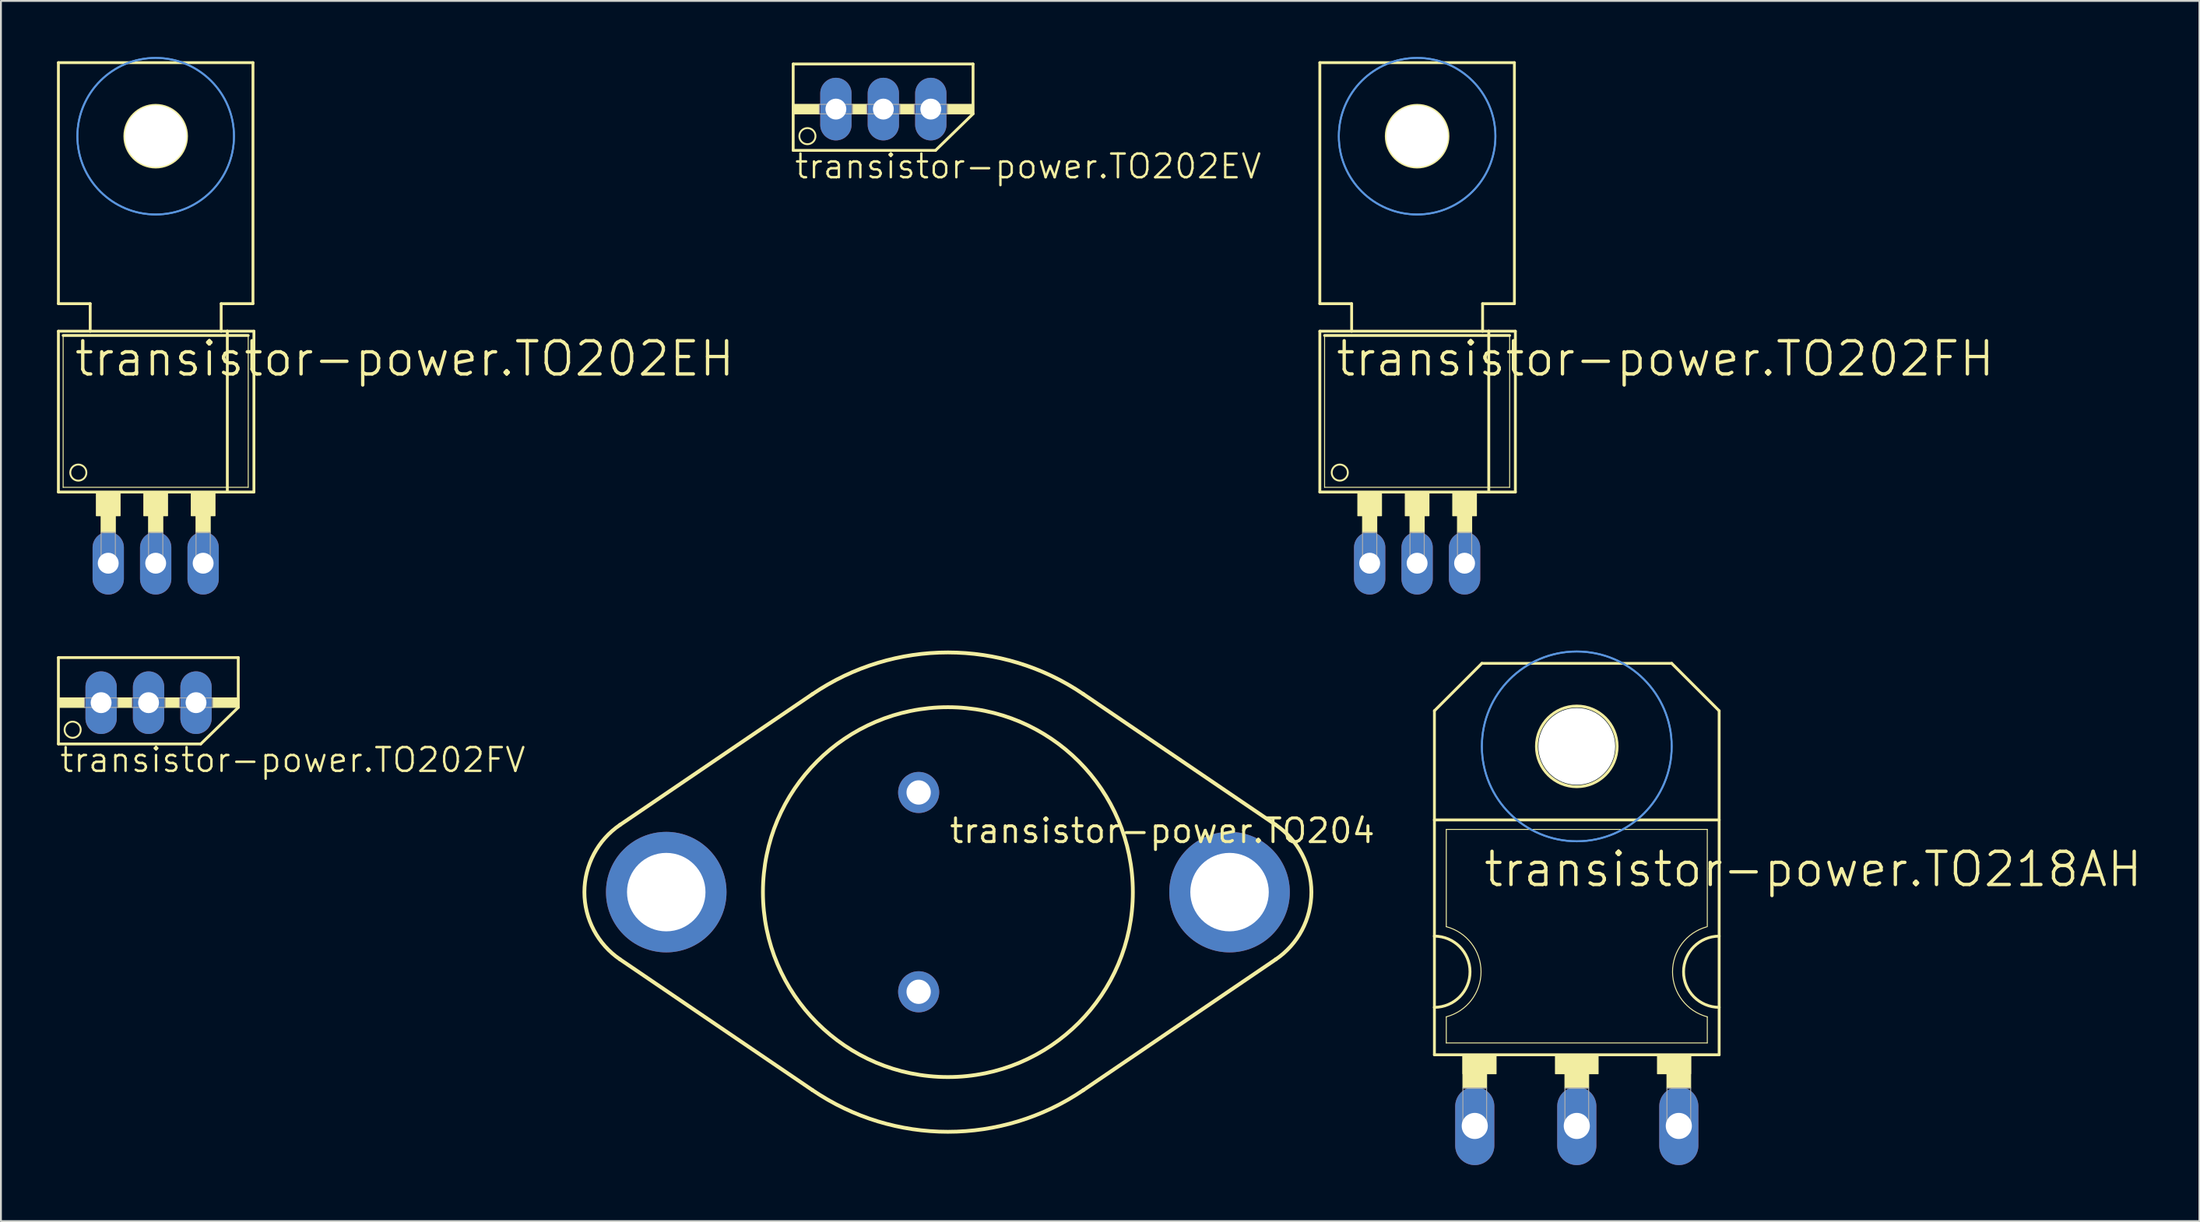
<source format=kicad_pcb>
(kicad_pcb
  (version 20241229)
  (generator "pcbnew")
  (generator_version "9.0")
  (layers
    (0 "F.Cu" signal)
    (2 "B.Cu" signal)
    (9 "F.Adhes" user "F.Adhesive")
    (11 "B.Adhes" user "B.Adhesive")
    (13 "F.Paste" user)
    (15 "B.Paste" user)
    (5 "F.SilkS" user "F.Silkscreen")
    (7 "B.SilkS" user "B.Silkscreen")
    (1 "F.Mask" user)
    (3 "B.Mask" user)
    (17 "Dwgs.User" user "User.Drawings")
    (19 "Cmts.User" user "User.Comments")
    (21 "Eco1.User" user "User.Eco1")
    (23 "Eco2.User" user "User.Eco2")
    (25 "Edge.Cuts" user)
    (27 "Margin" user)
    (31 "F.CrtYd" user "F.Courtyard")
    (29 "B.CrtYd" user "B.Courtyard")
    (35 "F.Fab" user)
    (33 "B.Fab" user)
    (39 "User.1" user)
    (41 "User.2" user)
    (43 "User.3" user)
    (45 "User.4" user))
  (footprint "transistor-power.TO202FV"
    (layer "F.Cu")
    (at 4.902 32.027)
    (property "Reference" "transistor-power.TO202FV" (at -4.826 6.35 0) (layer "F.SilkS") (effects (font (size 1.27 1.27) (thickness 0.13)) (justify left bottom)))
    (attr through_hole)
    (fp_line (start -4.826 0.127) (end 4.801 0.127) (stroke (width 0.152) (type default)) (layer "F.SilkS"))
    (fp_line (start -4.826 4.75) (end -4.826 0.127) (stroke (width 0.152) (type default)) (layer "F.SilkS"))
    (fp_line (start -4.826 4.75) (end 2.794 4.75) (stroke (width 0.152) (type default)) (layer "F.SilkS"))
    (fp_line (start 2.794 4.75) (end 4.801 2.794) (stroke (width 0.152) (type default)) (layer "F.SilkS"))
    (fp_line (start 4.801 0.127) (end 4.801 2.794) (stroke (width 0.152) (type default)) (layer "F.SilkS"))
    (fp_rect (start -4.826 2.794) (end -3.429 2.286) (stroke (width 0.05) (type default)) (fill yes) (layer "F.SilkS"))
    (fp_rect (start -1.651 2.794) (end -0.889 2.286) (stroke (width 0.05) (type default)) (fill yes) (layer "F.SilkS"))
    (fp_rect (start 0.889 2.794) (end 1.651 2.286) (stroke (width 0.05) (type default)) (fill yes) (layer "F.SilkS"))
    (fp_rect (start 3.429 2.794) (end 4.826 2.286) (stroke (width 0.05) (type default)) (fill yes) (layer "F.SilkS"))
    (fp_circle (center -4.064 3.988) (end -3.632 3.988) (stroke (width 0.1) (type default)) (fill no) (layer "F.SilkS"))
    (fp_rect (start -3.429 2.794) (end -1.651 2.286) (stroke (width 0.05) (type default)) (fill no) (layer "F.Fab"))
    (fp_rect (start -0.889 2.794) (end 0.889 2.286) (stroke (width 0.05) (type default)) (fill no) (layer "F.Fab"))
    (fp_rect (start 1.651 2.794) (end 3.429 2.286) (stroke (width 0.05) (type default)) (fill no) (layer "F.Fab"))
    (pad "D" thru_hole oval (at 0 2.54 90) (size 3.353 1.676) (drill 1.118) (layers "*.Cu" "*.Mask"))
    (pad "G" thru_hole oval (at -2.54 2.54 90) (size 3.353 1.676) (drill 1.118) (layers "*.Cu" "*.Mask"))
    (pad "S" thru_hole oval (at 2.54 2.54 90) (size 3.353 1.676) (drill 1.118) (layers "*.Cu" "*.Mask")))
  (footprint "transistor-power.TO202EH"
    (layer "F.Cu")
    (at 5.283 22.021)
    (property "Reference" "transistor-power.TO202EH" (at -4.445 -4.826 0) (layer "F.SilkS") (effects (font (size 1.778 1.778) (thickness 0.18)) (justify left bottom)))
    (attr through_hole)
    (fp_line (start -5.207 -21.717) (end -5.207 -8.814) (stroke (width 0.152) (type default)) (layer "F.SilkS"))
    (fp_line (start -5.207 -7.341) (end -3.505 -7.341) (stroke (width 0.152) (type default)) (layer "F.SilkS"))
    (fp_line (start -5.207 1.27) (end -5.207 -7.341) (stroke (width 0.152) (type default)) (layer "F.SilkS"))
    (fp_line (start -5.207 1.27) (end 3.835 1.27) (stroke (width 0.152) (type default)) (layer "F.SilkS"))
    (fp_line (start -4.953 1.016) (end -4.953 -7.112) (stroke (width 0.051) (type default)) (layer "F.SilkS"))
    (fp_line (start -4.953 1.016) (end 4.953 1.016) (stroke (width 0.051) (type default)) (layer "F.SilkS"))
    (fp_line (start -3.505 -8.814) (end -5.207 -8.814) (stroke (width 0.152) (type default)) (layer "F.SilkS"))
    (fp_line (start -3.505 -7.341) (end -3.505 -8.814) (stroke (width 0.152) (type default)) (layer "F.SilkS"))
    (fp_line (start -3.505 -7.341) (end 3.505 -7.341) (stroke (width 0.152) (type default)) (layer "F.SilkS"))
    (fp_line (start 3.505 -8.814) (end 3.505 -7.341) (stroke (width 0.152) (type default)) (layer "F.SilkS"))
    (fp_line (start 3.505 -7.341) (end 3.835 -7.341) (stroke (width 0.152) (type default)) (layer "F.SilkS"))
    (fp_line (start 3.835 -7.341) (end 5.258 -7.341) (stroke (width 0.152) (type default)) (layer "F.SilkS"))
    (fp_line (start 3.835 1.27) (end 3.835 -7.341) (stroke (width 0.152) (type default)) (layer "F.SilkS"))
    (fp_line (start 3.835 1.27) (end 5.258 1.27) (stroke (width 0.152) (type default)) (layer "F.SilkS"))
    (fp_line (start 4.953 -7.112) (end -4.953 -7.112) (stroke (width 0.152) (type default)) (layer "F.SilkS"))
    (fp_line (start 4.953 -7.112) (end 4.953 1.016) (stroke (width 0.051) (type default)) (layer "F.SilkS"))
    (fp_line (start 5.207 -21.717) (end -5.207 -21.717) (stroke (width 0.152) (type default)) (layer "F.SilkS"))
    (fp_line (start 5.207 -21.717) (end 5.207 -8.814) (stroke (width 0.152) (type default)) (layer "F.SilkS"))
    (fp_line (start 5.207 -8.814) (end 3.505 -8.814) (stroke (width 0.152) (type default)) (layer "F.SilkS"))
    (fp_line (start 5.258 1.27) (end 5.258 -7.341) (stroke (width 0.152) (type default)) (layer "F.SilkS"))
    (fp_rect (start -3.175 2.54) (end -1.905 1.27) (stroke (width 0.05) (type default)) (fill yes) (layer "F.SilkS"))
    (fp_rect (start -2.921 3.429) (end -2.159 2.54) (stroke (width 0.05) (type default)) (fill yes) (layer "F.SilkS"))
    (fp_rect (start -0.635 2.54) (end 0.635 1.27) (stroke (width 0.05) (type default)) (fill yes) (layer "F.SilkS"))
    (fp_rect (start -0.381 3.429) (end 0.381 2.54) (stroke (width 0.05) (type default)) (fill yes) (layer "F.SilkS"))
    (fp_rect (start 1.905 2.54) (end 3.175 1.27) (stroke (width 0.05) (type default)) (fill yes) (layer "F.SilkS"))
    (fp_rect (start 2.159 3.429) (end 2.921 2.54) (stroke (width 0.05) (type default)) (fill yes) (layer "F.SilkS"))
    (fp_circle (center -4.14 0.229) (end -3.708 0.229) (stroke (width 0.1) (type default)) (fill no) (layer "F.SilkS"))
    (fp_circle (center 0 -17.78) (end 1.651 -17.78) (stroke (width 0.152) (type default)) (fill no) (layer "F.SilkS"))
    (fp_circle (center 0 -17.78) (end 4.191 -17.78) (stroke (width 0.1) (type default)) (fill no) (layer "Cmts.User"))
    (fp_circle (center 0 -17.78) (end 4.191 -17.78) (stroke (width 0.1) (type default)) (fill no) (layer "Cmts.User"))
    (fp_rect (start -2.921 5.207) (end -2.159 3.429) (stroke (width 0.05) (type default)) (fill no) (layer "F.Fab"))
    (fp_rect (start -0.381 5.207) (end 0.381 3.429) (stroke (width 0.05) (type default)) (fill no) (layer "F.Fab"))
    (fp_rect (start 2.159 5.207) (end 2.921 3.429) (stroke (width 0.05) (type default)) (fill no) (layer "F.Fab"))
    (pad "" np_thru_hole circle (at 0 -17.78) (size 3.302 3.302) (drill 3.302) (layers "*.Cu" "*.Mask"))
    (pad "D" thru_hole oval (at 0 5.08 90) (size 3.353 1.676) (drill 1.118) (layers "*.Cu" "*.Mask"))
    (pad "G" thru_hole oval (at 2.54 5.08 90) (size 3.353 1.676) (drill 1.118) (layers "*.Cu" "*.Mask"))
    (pad "S" thru_hole oval (at -2.54 5.08 90) (size 3.353 1.676) (drill 1.118) (layers "*.Cu" "*.Mask")))
  (footprint "transistor-power.TO202EV"
    (layer "F.Cu")
    (at 44.231 0.25)
    (property "Reference" "transistor-power.TO202EV" (at -4.826 6.35 0) (layer "F.SilkS") (effects (font (size 1.27 1.27) (thickness 0.13)) (justify left bottom)))
    (attr through_hole)
    (fp_line (start -4.826 0.127) (end 4.801 0.127) (stroke (width 0.152) (type default)) (layer "F.SilkS"))
    (fp_line (start -4.826 4.75) (end -4.826 0.127) (stroke (width 0.152) (type default)) (layer "F.SilkS"))
    (fp_line (start -4.826 4.75) (end 2.794 4.75) (stroke (width 0.152) (type default)) (layer "F.SilkS"))
    (fp_line (start 2.794 4.75) (end 4.801 2.794) (stroke (width 0.152) (type default)) (layer "F.SilkS"))
    (fp_line (start 4.801 0.127) (end 4.801 2.794) (stroke (width 0.152) (type default)) (layer "F.SilkS"))
    (fp_rect (start -4.826 2.794) (end -3.429 2.286) (stroke (width 0.05) (type default)) (fill yes) (layer "F.SilkS"))
    (fp_rect (start -1.651 2.794) (end -0.889 2.286) (stroke (width 0.05) (type default)) (fill yes) (layer "F.SilkS"))
    (fp_rect (start 0.889 2.794) (end 1.651 2.286) (stroke (width 0.05) (type default)) (fill yes) (layer "F.SilkS"))
    (fp_rect (start 3.429 2.794) (end 4.826 2.286) (stroke (width 0.05) (type default)) (fill yes) (layer "F.SilkS"))
    (fp_circle (center -4.064 3.988) (end -3.632 3.988) (stroke (width 0.1) (type default)) (fill no) (layer "F.SilkS"))
    (fp_rect (start -3.429 2.794) (end -1.651 2.286) (stroke (width 0.05) (type default)) (fill no) (layer "F.Fab"))
    (fp_rect (start -0.889 2.794) (end 0.889 2.286) (stroke (width 0.05) (type default)) (fill no) (layer "F.Fab"))
    (fp_rect (start 1.651 2.794) (end 3.429 2.286) (stroke (width 0.05) (type default)) (fill no) (layer "F.Fab"))
    (pad "D" thru_hole oval (at 0 2.54 90) (size 3.353 1.676) (drill 1.118) (layers "*.Cu" "*.Mask"))
    (pad "G" thru_hole oval (at 2.54 2.54 90) (size 3.353 1.676) (drill 1.118) (layers "*.Cu" "*.Mask"))
    (pad "S" thru_hole oval (at -2.54 2.54 90) (size 3.353 1.676) (drill 1.118) (layers "*.Cu" "*.Mask")))
  (footprint "transistor-power.TO218AH"
    (layer "F.Cu")
    (at 81.347 47.067)
    (property "Reference" "transistor-power.TO218AH" (at -5.08 -2.54 0) (layer "F.SilkS") (effects (font (size 1.778 1.778) (thickness 0.18)) (justify left bottom)))
    (attr through_hole)
    (fp_line (start -7.62 -12.065) (end -7.62 -6.223) (stroke (width 0.152) (type default)) (layer "F.SilkS"))
    (fp_line (start -7.62 -12.065) (end -5.08 -14.605) (stroke (width 0.152) (type default)) (layer "F.SilkS"))
    (fp_line (start -7.62 0) (end -7.62 -6.223) (stroke (width 0.152) (type default)) (layer "F.SilkS"))
    (fp_line (start -7.62 3.81) (end -7.62 0) (stroke (width 0.152) (type default)) (layer "F.SilkS"))
    (fp_line (start -7.62 6.35) (end -7.62 3.81) (stroke (width 0.152) (type default)) (layer "F.SilkS"))
    (fp_line (start -7.62 6.35) (end 7.62 6.35) (stroke (width 0.152) (type default)) (layer "F.SilkS"))
    (fp_line (start -6.985 -0.508) (end -6.985 -5.715) (stroke (width 0.051) (type default)) (layer "F.SilkS"))
    (fp_line (start -6.985 5.715) (end -6.985 4.318) (stroke (width 0.051) (type default)) (layer "F.SilkS"))
    (fp_line (start -6.985 5.715) (end 6.985 5.715) (stroke (width 0.051) (type default)) (layer "F.SilkS"))
    (fp_line (start 5.08 -14.605) (end -5.08 -14.605) (stroke (width 0.152) (type default)) (layer "F.SilkS"))
    (fp_line (start 6.985 -5.715) (end -6.985 -5.715) (stroke (width 0.051) (type default)) (layer "F.SilkS"))
    (fp_line (start 6.985 -0.508) (end 6.985 -5.715) (stroke (width 0.051) (type default)) (layer "F.SilkS"))
    (fp_line (start 6.985 5.715) (end 6.985 4.318) (stroke (width 0.051) (type default)) (layer "F.SilkS"))
    (fp_line (start 7.62 -12.065) (end 5.08 -14.605) (stroke (width 0.152) (type default)) (layer "F.SilkS"))
    (fp_line (start 7.62 -12.065) (end 7.62 -6.223) (stroke (width 0.152) (type default)) (layer "F.SilkS"))
    (fp_line (start 7.62 -6.223) (end -7.62 -6.223) (stroke (width 0.152) (type default)) (layer "F.SilkS"))
    (fp_line (start 7.62 -6.223) (end 7.62 0) (stroke (width 0.152) (type default)) (layer "F.SilkS"))
    (fp_line (start 7.62 0) (end 7.62 3.81) (stroke (width 0.152) (type default)) (layer "F.SilkS"))
    (fp_line (start 7.62 3.81) (end 7.62 6.35) (stroke (width 0.152) (type default)) (layer "F.SilkS"))
    (fp_rect (start -6.096 7.366) (end -4.318 6.35) (stroke (width 0.05) (type default)) (fill yes) (layer "F.SilkS"))
    (fp_rect (start -6.096 8.128) (end -4.826 6.35) (stroke (width 0.05) (type default)) (fill yes) (layer "F.SilkS"))
    (fp_rect (start -1.143 7.366) (end 1.143 6.35) (stroke (width 0.05) (type default)) (fill yes) (layer "F.SilkS"))
    (fp_rect (start -0.635 8.128) (end 0.635 6.35) (stroke (width 0.05) (type default)) (fill yes) (layer "F.SilkS"))
    (fp_rect (start 4.318 7.366) (end 6.096 6.35) (stroke (width 0.05) (type default)) (fill yes) (layer "F.SilkS"))
    (fp_rect (start 4.826 8.128) (end 6.096 6.35) (stroke (width 0.05) (type default)) (fill yes) (layer "F.SilkS"))
    (fp_arc (start -7.62 0) (mid -5.715 1.905) (end -7.62 3.81) (stroke (width 0.1524) (type default)) (layer "F.SilkS"))
    (fp_arc (start -6.985 -0.508) (mid -5.124844 1.905) (end -6.985 4.318) (stroke (width 0.0508) (type default)) (layer "F.SilkS"))
    (fp_arc (start 6.9851 4.3178) (mid 5.125035 1.921942) (end 6.9522 -0.4991) (stroke (width 0.0508) (type default)) (layer "F.SilkS"))
    (fp_arc (start 7.62 3.81) (mid 5.715 1.905) (end 7.62 0) (stroke (width 0.1524) (type default)) (layer "F.SilkS"))
    (fp_circle (center 0 -10.16) (end 2.159 -10.16) (stroke (width 0.152) (type default)) (fill no) (layer "F.SilkS"))
    (fp_circle (center 0 -10.16) (end 5.08 -10.16) (stroke (width 0.1) (type default)) (fill no) (layer "Cmts.User"))
    (fp_circle (center 0 -10.16) (end 5.08 -10.16) (stroke (width 0.1) (type default)) (fill no) (layer "Cmts.User"))
    (fp_rect (start -6.096 10.287) (end -4.826 8.128) (stroke (width 0.05) (type default)) (fill no) (layer "F.Fab"))
    (fp_rect (start -0.635 10.287) (end 0.635 8.128) (stroke (width 0.05) (type default)) (fill no) (layer "F.Fab"))
    (fp_rect (start 4.826 10.287) (end 6.096 8.128) (stroke (width 0.05) (type default)) (fill no) (layer "F.Fab"))
    (pad "" np_thru_hole circle (at 0 -10.16) (size 4.115 4.115) (drill 4.115) (layers "*.Cu" "*.Mask"))
    (pad "B" thru_hole oval (at -5.461 10.16 90) (size 4.191 2.095) (drill 1.397) (layers "*.Cu" "*.Mask"))
    (pad "C" thru_hole oval (at 0 10.16 90) (size 4.191 2.095) (drill 1.397) (layers "*.Cu" "*.Mask"))
    (pad "E" thru_hole oval (at 5.461 10.16 90) (size 4.191 2.095) (drill 1.397) (layers "*.Cu" "*.Mask")))
  (footprint "transistor-power.TO202FH"
    (layer "F.Cu")
    (at 72.801 22.021)
    (property "Reference" "transistor-power.TO202FH" (at -4.445 -4.826 0) (layer "F.SilkS") (effects (font (size 1.778 1.778) (thickness 0.18)) (justify left bottom)))
    (attr through_hole)
    (fp_line (start -5.207 -21.717) (end -5.207 -8.814) (stroke (width 0.152) (type default)) (layer "F.SilkS"))
    (fp_line (start -5.207 -7.341) (end -3.505 -7.341) (stroke (width 0.152) (type default)) (layer "F.SilkS"))
    (fp_line (start -5.207 1.27) (end -5.207 -7.341) (stroke (width 0.152) (type default)) (layer "F.SilkS"))
    (fp_line (start -5.207 1.27) (end 3.835 1.27) (stroke (width 0.152) (type default)) (layer "F.SilkS"))
    (fp_line (start -4.953 1.016) (end -4.953 -7.112) (stroke (width 0.051) (type default)) (layer "F.SilkS"))
    (fp_line (start -4.953 1.016) (end 4.953 1.016) (stroke (width 0.051) (type default)) (layer "F.SilkS"))
    (fp_line (start -3.505 -8.814) (end -5.207 -8.814) (stroke (width 0.152) (type default)) (layer "F.SilkS"))
    (fp_line (start -3.505 -7.341) (end -3.505 -8.814) (stroke (width 0.152) (type default)) (layer "F.SilkS"))
    (fp_line (start -3.505 -7.341) (end 3.505 -7.341) (stroke (width 0.152) (type default)) (layer "F.SilkS"))
    (fp_line (start 3.505 -8.814) (end 3.505 -7.341) (stroke (width 0.152) (type default)) (layer "F.SilkS"))
    (fp_line (start 3.505 -7.341) (end 3.835 -7.341) (stroke (width 0.152) (type default)) (layer "F.SilkS"))
    (fp_line (start 3.835 -7.341) (end 5.258 -7.341) (stroke (width 0.152) (type default)) (layer "F.SilkS"))
    (fp_line (start 3.835 1.27) (end 3.835 -7.341) (stroke (width 0.152) (type default)) (layer "F.SilkS"))
    (fp_line (start 3.835 1.27) (end 5.258 1.27) (stroke (width 0.152) (type default)) (layer "F.SilkS"))
    (fp_line (start 4.953 -7.112) (end -4.953 -7.112) (stroke (width 0.152) (type default)) (layer "F.SilkS"))
    (fp_line (start 4.953 -7.112) (end 4.953 1.016) (stroke (width 0.051) (type default)) (layer "F.SilkS"))
    (fp_line (start 5.207 -21.717) (end -5.207 -21.717) (stroke (width 0.152) (type default)) (layer "F.SilkS"))
    (fp_line (start 5.207 -21.717) (end 5.207 -8.814) (stroke (width 0.152) (type default)) (layer "F.SilkS"))
    (fp_line (start 5.207 -8.814) (end 3.505 -8.814) (stroke (width 0.152) (type default)) (layer "F.SilkS"))
    (fp_line (start 5.258 1.27) (end 5.258 -7.341) (stroke (width 0.152) (type default)) (layer "F.SilkS"))
    (fp_rect (start -3.175 2.54) (end -1.905 1.27) (stroke (width 0.05) (type default)) (fill yes) (layer "F.SilkS"))
    (fp_rect (start -2.921 3.429) (end -2.159 2.54) (stroke (width 0.05) (type default)) (fill yes) (layer "F.SilkS"))
    (fp_rect (start -0.635 2.54) (end 0.635 1.27) (stroke (width 0.05) (type default)) (fill yes) (layer "F.SilkS"))
    (fp_rect (start -0.381 3.429) (end 0.381 2.54) (stroke (width 0.05) (type default)) (fill yes) (layer "F.SilkS"))
    (fp_rect (start 1.905 2.54) (end 3.175 1.27) (stroke (width 0.05) (type default)) (fill yes) (layer "F.SilkS"))
    (fp_rect (start 2.159 3.429) (end 2.921 2.54) (stroke (width 0.05) (type default)) (fill yes) (layer "F.SilkS"))
    (fp_circle (center -4.14 0.229) (end -3.708 0.229) (stroke (width 0.1) (type default)) (fill no) (layer "F.SilkS"))
    (fp_circle (center 0 -17.78) (end 1.651 -17.78) (stroke (width 0.152) (type default)) (fill no) (layer "F.SilkS"))
    (fp_circle (center 0 -17.78) (end 4.191 -17.78) (stroke (width 0.1) (type default)) (fill no) (layer "Cmts.User"))
    (fp_circle (center 0 -17.78) (end 4.191 -17.78) (stroke (width 0.1) (type default)) (fill no) (layer "Cmts.User"))
    (fp_rect (start -2.921 5.207) (end -2.159 3.429) (stroke (width 0.05) (type default)) (fill no) (layer "F.Fab"))
    (fp_rect (start -0.381 5.207) (end 0.381 3.429) (stroke (width 0.05) (type default)) (fill no) (layer "F.Fab"))
    (fp_rect (start 2.159 5.207) (end 2.921 3.429) (stroke (width 0.05) (type default)) (fill no) (layer "F.Fab"))
    (pad "" np_thru_hole circle (at 0 -17.78) (size 3.302 3.302) (drill 3.302) (layers "*.Cu" "*.Mask"))
    (pad "D" thru_hole oval (at 0 5.08 90) (size 3.353 1.676) (drill 1.118) (layers "*.Cu" "*.Mask"))
    (pad "G" thru_hole oval (at -2.54 5.08 90) (size 3.353 1.676) (drill 1.118) (layers "*.Cu" "*.Mask"))
    (pad "S" thru_hole oval (at 2.54 5.08 90) (size 3.353 1.676) (drill 1.118) (layers "*.Cu" "*.Mask")))
  (footprint "transistor-power.TO204"
    (layer "F.Cu")
    (at 47.686 44.709)
    (property "Reference" "transistor-power.TO204" (at 0 -2.54 0) (layer "F.SilkS") (effects (font (size 1.27 1.27) (thickness 0.16)) (justify left bottom)))
    (attr through_hole)
    (fp_line (start -17.55 -3.6) (end -7.25 -10.6) (stroke (width 0.203) (type default)) (layer "F.SilkS"))
    (fp_line (start -17.55 3.6) (end -7.25 10.6) (stroke (width 0.203) (type default)) (layer "F.SilkS"))
    (fp_line (start 17.55 -3.6) (end 7.25 -10.6) (stroke (width 0.203) (type default)) (layer "F.SilkS"))
    (fp_line (start 17.55 3.6) (end 7.25 10.6) (stroke (width 0.203) (type default)) (layer "F.SilkS"))
    (fp_arc (start -17.55 3.6) (mid -19.456082 0) (end -17.55 -3.6) (stroke (width 0.2032) (type default)) (layer "F.SilkS"))
    (fp_arc (start -7.25 -10.6) (mid 0 -12.830419) (end 7.25 -10.6) (stroke (width 0.2032) (type default)) (layer "F.SilkS"))
    (fp_arc (start 7.25 10.6) (mid 0 12.830419) (end -7.25 10.6) (stroke (width 0.2032) (type default)) (layer "F.SilkS"))
    (fp_arc (start 17.55 -3.6) (mid 19.456082 0) (end 17.55 3.6) (stroke (width 0.2032) (type default)) (layer "F.SilkS"))
    (fp_circle (center 0 0) (end 9.9 0) (stroke (width 0.203) (type default)) (fill no) (layer "F.SilkS"))
    (pad "D" thru_hole circle (at -15.075 0) (size 6.452 6.452) (drill 4.2) (layers "*.Cu" "*.Mask"))
    (pad "D@1" thru_hole circle (at 15.075 0) (size 6.452 6.452) (drill 4.2) (layers "*.Cu" "*.Mask"))
    (pad "G" thru_hole circle (at -1.565 5.335) (size 2.2 2.2) (drill 1.3) (layers "*.Cu" "*.Mask"))
    (pad "S" thru_hole circle (at -1.565 -5.335) (size 2.2 2.2) (drill 1.3) (layers "*.Cu" "*.Mask")))
  (gr_rect
    (start -3 -3)
    (end 114.673 62.323)
    (stroke (width 0.1) (type default))
    (fill no)
    (layer "Edge.Cuts")))
</source>
